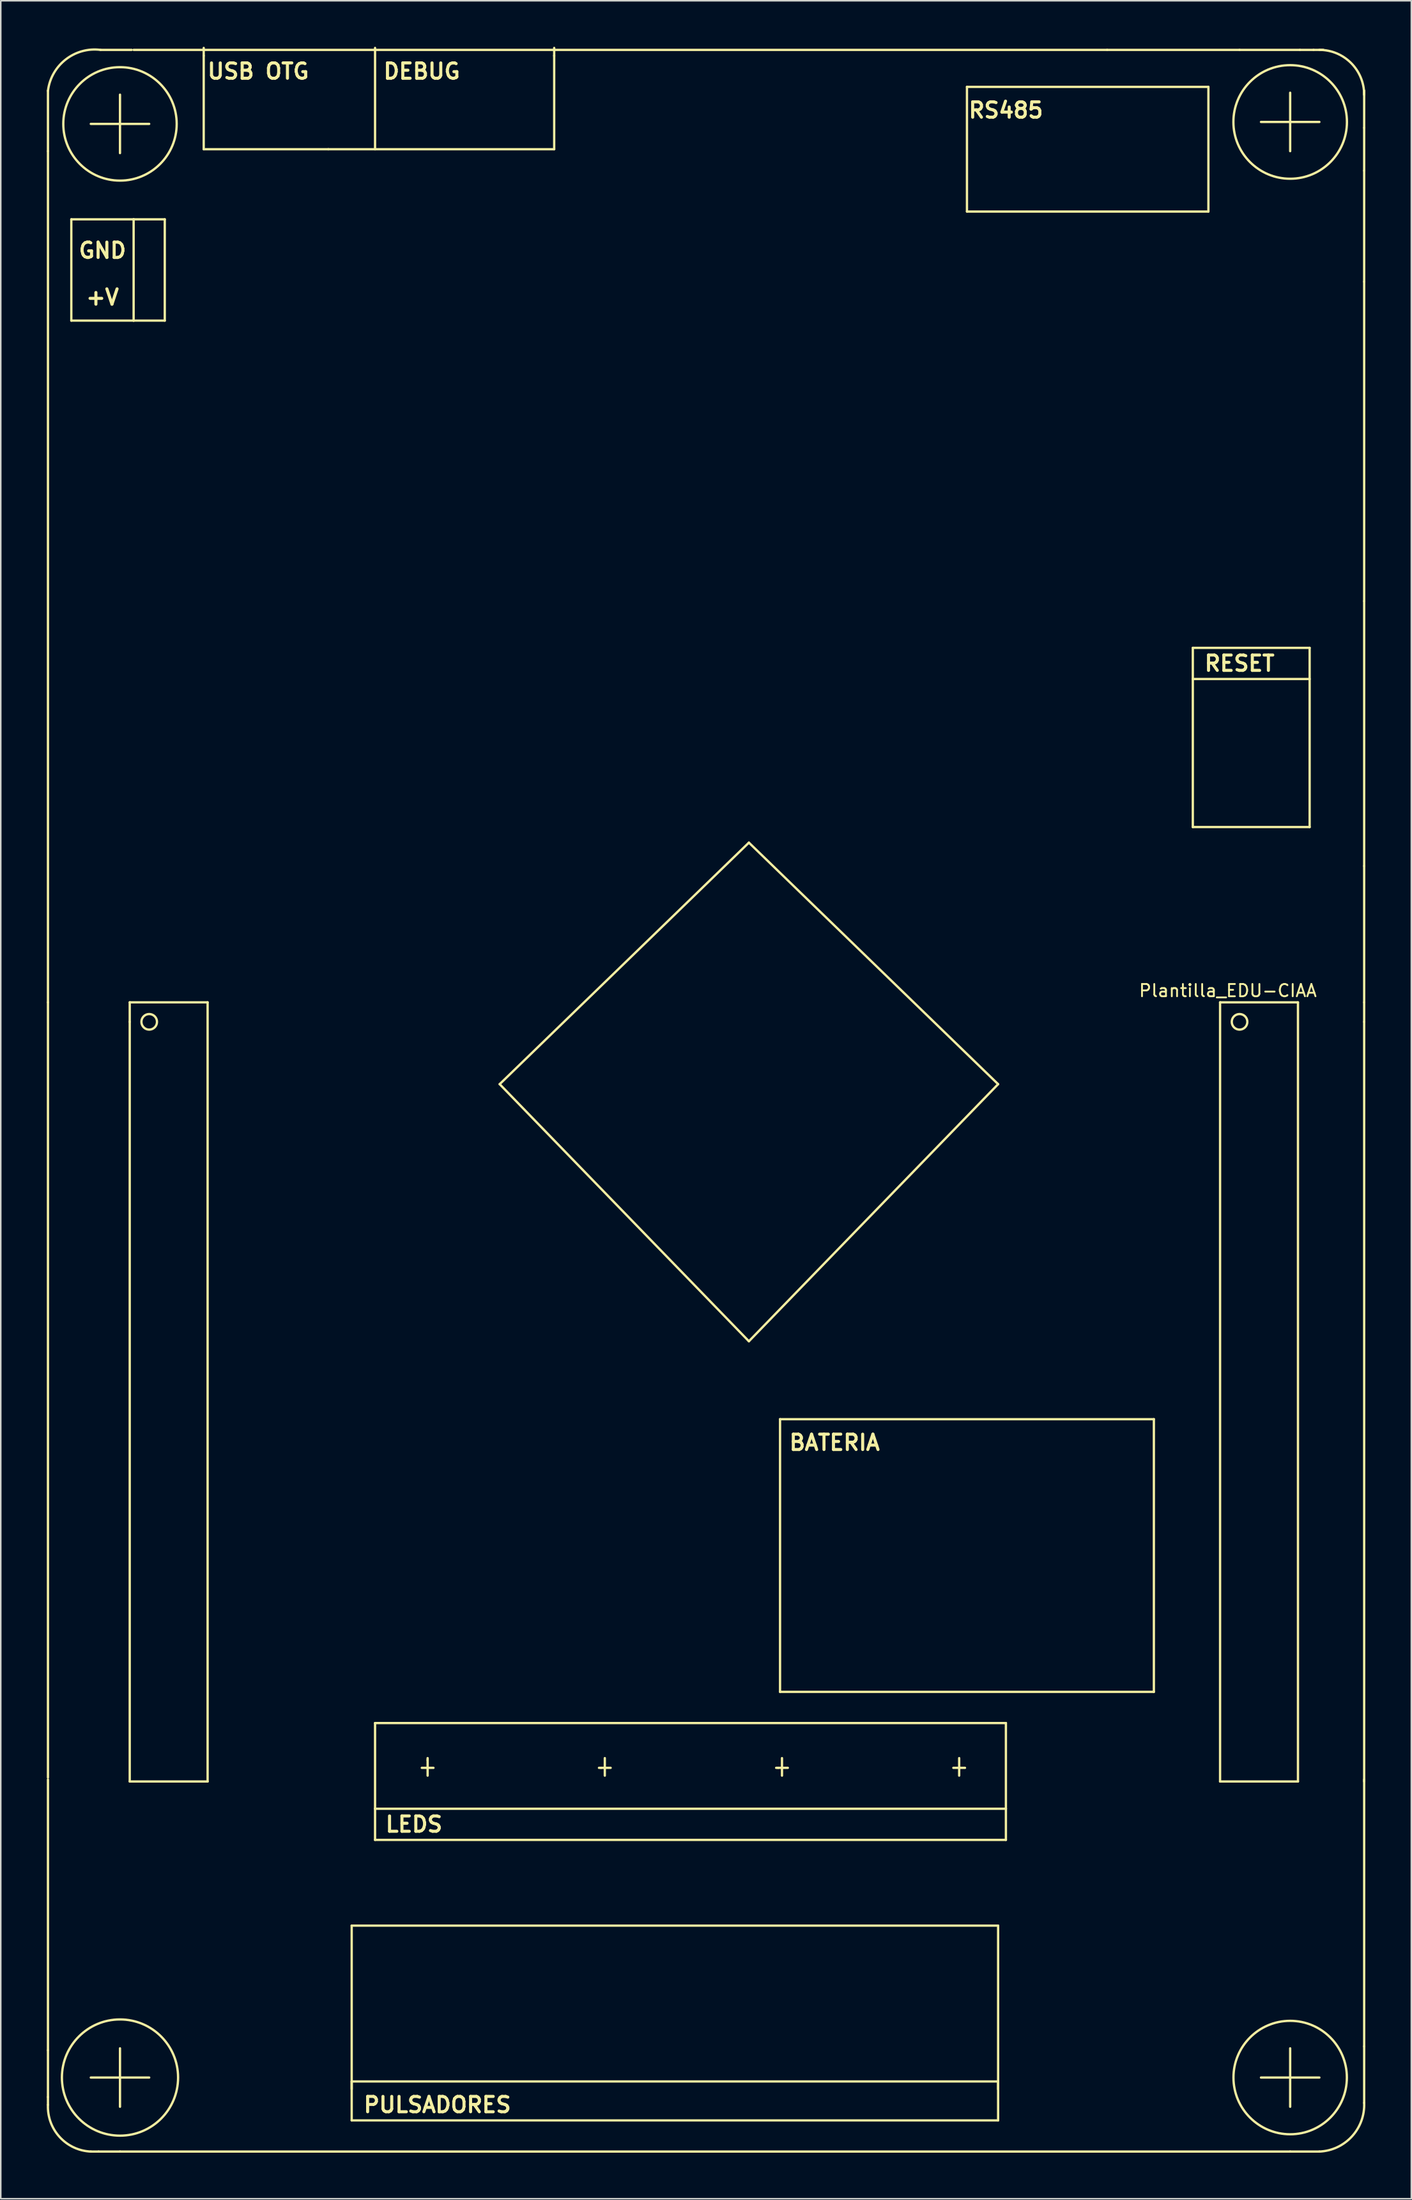
<source format=kicad_pcb>
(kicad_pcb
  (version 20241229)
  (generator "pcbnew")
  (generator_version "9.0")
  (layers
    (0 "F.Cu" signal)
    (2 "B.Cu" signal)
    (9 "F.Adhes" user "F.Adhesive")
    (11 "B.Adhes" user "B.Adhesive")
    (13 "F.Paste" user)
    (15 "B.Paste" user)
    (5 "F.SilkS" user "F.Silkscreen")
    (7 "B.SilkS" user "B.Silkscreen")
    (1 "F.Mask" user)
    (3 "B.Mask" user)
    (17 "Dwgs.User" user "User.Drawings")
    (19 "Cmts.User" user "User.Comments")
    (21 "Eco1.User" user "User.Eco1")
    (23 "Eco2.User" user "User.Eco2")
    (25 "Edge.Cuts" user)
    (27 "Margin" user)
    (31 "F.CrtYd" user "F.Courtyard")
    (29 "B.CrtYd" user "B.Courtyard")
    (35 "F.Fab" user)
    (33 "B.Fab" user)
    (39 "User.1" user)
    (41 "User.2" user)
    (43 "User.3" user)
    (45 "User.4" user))
  (footprint "Plantilla_EDU-CIAA"
    (layer "F.Cu")
    (at 77.802 63.575)
    (property "Reference" "Plantilla_EDU-CIAA" (at -0.762 -2.032 0) (layer "F.SilkS") (effects (font (size 0.8 0.8) (thickness 0.12))))
    (attr through_hole)
    (fp_line (start -77.724 -60.706) (end -77.724 -56.769) (stroke (width 0.15) (type solid)) (layer "F.SilkS"))
    (fp_line (start -77.724 -1.27) (end -77.724 -56.769) (stroke (width 0.15) (type solid)) (layer "F.SilkS"))
    (fp_line (start -77.724 49.276) (end -77.724 -1.27) (stroke (width 0.15) (type solid)) (layer "F.SilkS"))
    (fp_line (start -77.724 49.403) (end -77.724 67.056) (stroke (width 0.15) (type solid)) (layer "F.SilkS"))
    (fp_line (start -77.724 67.056) (end -77.724 70.104) (stroke (width 0.15) (type solid)) (layer "F.SilkS"))
    (fp_line (start -77.724 70.612) (end -77.724 70.104) (stroke (width 0.15) (type solid)) (layer "F.SilkS"))
    (fp_line (start -76.2 -52.324) (end -76.2 -45.72) (stroke (width 0.15) (type solid)) (layer "F.SilkS"))
    (fp_line (start -76.2 -45.72) (end -72.136 -45.72) (stroke (width 0.15) (type solid)) (layer "F.SilkS"))
    (fp_line (start -74.422 73.66) (end -74.93 73.66) (stroke (width 0.15) (type solid)) (layer "F.SilkS"))
    (fp_line (start -73.025 -58.547) (end -74.93 -58.547) (stroke (width 0.15) (type solid)) (layer "F.SilkS"))
    (fp_line (start -73.025 -58.547) (end -73.025 -60.452) (stroke (width 0.15) (type solid)) (layer "F.SilkS"))
    (fp_line (start -73.025 -58.547) (end -73.025 -56.642) (stroke (width 0.15) (type solid)) (layer "F.SilkS"))
    (fp_line (start -73.025 -58.547) (end -71.12 -58.547) (stroke (width 0.15) (type solid)) (layer "F.SilkS"))
    (fp_line (start -73.025 68.834) (end -74.93 68.834) (stroke (width 0.15) (type solid)) (layer "F.SilkS"))
    (fp_line (start -73.025 68.834) (end -73.025 66.929) (stroke (width 0.15) (type solid)) (layer "F.SilkS"))
    (fp_line (start -73.025 68.834) (end -73.025 70.739) (stroke (width 0.15) (type solid)) (layer "F.SilkS"))
    (fp_line (start -73.025 68.834) (end -71.12 68.834) (stroke (width 0.15) (type solid)) (layer "F.SilkS"))
    (fp_line (start -73.025 73.66) (end -74.422 73.66) (stroke (width 0.15) (type solid)) (layer "F.SilkS"))
    (fp_line (start -72.39 -1.27) (end -67.31 -1.27) (stroke (width 0.15) (type solid)) (layer "F.SilkS"))
    (fp_line (start -72.39 0) (end -72.39 -1.27) (stroke (width 0.15) (type solid)) (layer "F.SilkS"))
    (fp_line (start -72.39 49.53) (end -72.39 0) (stroke (width 0.15) (type solid)) (layer "F.SilkS"))
    (fp_line (start -72.263 -63.373) (end -74.295 -63.373) (stroke (width 0.15) (type solid)) (layer "F.SilkS"))
    (fp_line (start -72.136 -52.324) (end -76.2 -52.324) (stroke (width 0.15) (type solid)) (layer "F.SilkS"))
    (fp_line (start -72.136 -45.72) (end -72.136 -52.324) (stroke (width 0.15) (type solid)) (layer "F.SilkS"))
    (fp_line (start -72.136 -45.72) (end -70.104 -45.72) (stroke (width 0.15) (type solid)) (layer "F.SilkS"))
    (fp_line (start -70.104 -52.324) (end -72.136 -52.324) (stroke (width 0.15) (type solid)) (layer "F.SilkS"))
    (fp_line (start -70.104 -45.72) (end -70.104 -52.324) (stroke (width 0.15) (type solid)) (layer "F.SilkS"))
    (fp_line (start -67.564 -62.992) (end -67.564 -63.5) (stroke (width 0.15) (type solid)) (layer "F.SilkS"))
    (fp_line (start -67.564 -56.896) (end -67.564 -62.992) (stroke (width 0.15) (type solid)) (layer "F.SilkS"))
    (fp_line (start -67.564 -56.896) (end -59.436 -56.896) (stroke (width 0.15) (type solid)) (layer "F.SilkS"))
    (fp_line (start -67.31 -1.27) (end -67.31 49.53) (stroke (width 0.15) (type solid)) (layer "F.SilkS"))
    (fp_line (start -67.31 49.53) (end -72.39 49.53) (stroke (width 0.15) (type solid)) (layer "F.SilkS"))
    (fp_line (start -57.912 58.928) (end -57.912 69.596) (stroke (width 0.15) (type solid)) (layer "F.SilkS"))
    (fp_line (start -57.912 69.088) (end -15.748 69.088) (stroke (width 0.15) (type solid)) (layer "F.SilkS"))
    (fp_line (start -57.912 71.628) (end -57.912 69.088) (stroke (width 0.15) (type solid)) (layer "F.SilkS"))
    (fp_line (start -57.912 71.628) (end -15.748 71.628) (stroke (width 0.15) (type solid)) (layer "F.SilkS"))
    (fp_line (start -56.388 -56.896) (end -56.388 -63.5) (stroke (width 0.15) (type solid)) (layer "F.SilkS"))
    (fp_line (start -56.388 45.72) (end -56.388 51.308) (stroke (width 0.15) (type solid)) (layer "F.SilkS"))
    (fp_line (start -56.388 51.308) (end -15.24 51.308) (stroke (width 0.15) (type solid)) (layer "F.SilkS"))
    (fp_line (start -56.388 53.34) (end -56.388 51.308) (stroke (width 0.15) (type solid)) (layer "F.SilkS"))
    (fp_line (start -56.388 53.34) (end -15.24 53.34) (stroke (width 0.15) (type solid)) (layer "F.SilkS"))
    (fp_line (start -52.959 48.133) (end -52.959 48.006) (stroke (width 0.15) (type solid)) (layer "F.SilkS"))
    (fp_line (start -52.959 48.641) (end -53.34 48.641) (stroke (width 0.15) (type solid)) (layer "F.SilkS"))
    (fp_line (start -52.959 48.641) (end -52.959 48.133) (stroke (width 0.15) (type solid)) (layer "F.SilkS"))
    (fp_line (start -52.959 48.641) (end -52.959 49.149) (stroke (width 0.15) (type solid)) (layer "F.SilkS"))
    (fp_line (start -52.959 48.641) (end -52.578 48.641) (stroke (width 0.15) (type solid)) (layer "F.SilkS"))
    (fp_line (start -48.26 4.064) (end -32.004 -11.684) (stroke (width 0.15) (type solid)) (layer "F.SilkS"))
    (fp_line (start -44.704 -62.992) (end -44.704 -63.5) (stroke (width 0.15) (type solid)) (layer "F.SilkS"))
    (fp_line (start -44.704 -62.992) (end -44.704 -56.896) (stroke (width 0.15) (type solid)) (layer "F.SilkS"))
    (fp_line (start -44.704 -56.896) (end -59.436 -56.896) (stroke (width 0.15) (type solid)) (layer "F.SilkS"))
    (fp_line (start -41.656 48.641) (end -41.783 48.641) (stroke (width 0.15) (type solid)) (layer "F.SilkS"))
    (fp_line (start -41.402 48.641) (end -41.656 48.641) (stroke (width 0.15) (type solid)) (layer "F.SilkS"))
    (fp_line (start -41.402 48.641) (end -41.402 48.006) (stroke (width 0.15) (type solid)) (layer "F.SilkS"))
    (fp_line (start -41.402 48.641) (end -41.402 49.149) (stroke (width 0.15) (type solid)) (layer "F.SilkS"))
    (fp_line (start -41.402 48.641) (end -41.021 48.641) (stroke (width 0.15) (type solid)) (layer "F.SilkS"))
    (fp_line (start -32.004 -11.684) (end -15.748 4.064) (stroke (width 0.15) (type solid)) (layer "F.SilkS"))
    (fp_line (start -32.004 20.828) (end -48.26 4.064) (stroke (width 0.15) (type solid)) (layer "F.SilkS"))
    (fp_line (start -30.099 48.641) (end -30.226 48.641) (stroke (width 0.15) (type solid)) (layer "F.SilkS"))
    (fp_line (start -29.972 25.908) (end -29.972 43.688) (stroke (width 0.15) (type solid)) (layer "F.SilkS"))
    (fp_line (start -29.972 43.688) (end -5.588 43.688) (stroke (width 0.15) (type solid)) (layer "F.SilkS"))
    (fp_line (start -29.845 48.641) (end -30.099 48.641) (stroke (width 0.15) (type solid)) (layer "F.SilkS"))
    (fp_line (start -29.845 48.641) (end -29.845 48.006) (stroke (width 0.15) (type solid)) (layer "F.SilkS"))
    (fp_line (start -29.845 48.641) (end -29.845 49.149) (stroke (width 0.15) (type solid)) (layer "F.SilkS"))
    (fp_line (start -29.845 48.641) (end -29.464 48.641) (stroke (width 0.15) (type solid)) (layer "F.SilkS"))
    (fp_line (start -18.288 48.641) (end -18.669 48.641) (stroke (width 0.15) (type solid)) (layer "F.SilkS"))
    (fp_line (start -18.288 48.641) (end -18.288 48.006) (stroke (width 0.15) (type solid)) (layer "F.SilkS"))
    (fp_line (start -18.288 48.641) (end -18.288 49.149) (stroke (width 0.15) (type solid)) (layer "F.SilkS"))
    (fp_line (start -18.288 48.641) (end -17.907 48.641) (stroke (width 0.15) (type solid)) (layer "F.SilkS"))
    (fp_line (start -17.78 -60.96) (end -17.78 -52.832) (stroke (width 0.15) (type solid)) (layer "F.SilkS"))
    (fp_line (start -17.78 -52.832) (end -2.032 -52.832) (stroke (width 0.15) (type solid)) (layer "F.SilkS"))
    (fp_line (start -15.748 4.064) (end -32.004 20.828) (stroke (width 0.15) (type solid)) (layer "F.SilkS"))
    (fp_line (start -15.748 58.928) (end -57.912 58.928) (stroke (width 0.15) (type solid)) (layer "F.SilkS"))
    (fp_line (start -15.748 69.596) (end -15.748 58.928) (stroke (width 0.15) (type solid)) (layer "F.SilkS"))
    (fp_line (start -15.748 71.628) (end -15.748 69.088) (stroke (width 0.15) (type solid)) (layer "F.SilkS"))
    (fp_line (start -15.24 45.72) (end -56.388 45.72) (stroke (width 0.15) (type solid)) (layer "F.SilkS"))
    (fp_line (start -15.24 51.308) (end -15.24 45.72) (stroke (width 0.15) (type solid)) (layer "F.SilkS"))
    (fp_line (start -15.24 53.34) (end -15.24 51.308) (stroke (width 0.15) (type solid)) (layer "F.SilkS"))
    (fp_line (start -8.636 -63.373) (end -72.136 -63.373) (stroke (width 0.15) (type solid)) (layer "F.SilkS"))
    (fp_line (start -5.588 25.908) (end -29.972 25.908) (stroke (width 0.15) (type solid)) (layer "F.SilkS"))
    (fp_line (start -5.588 43.688) (end -5.588 25.908) (stroke (width 0.15) (type solid)) (layer "F.SilkS"))
    (fp_line (start -3.048 -24.384) (end -3.048 -12.7) (stroke (width 0.15) (type solid)) (layer "F.SilkS"))
    (fp_line (start -3.048 -12.7) (end 4.572 -12.7) (stroke (width 0.15) (type solid)) (layer "F.SilkS"))
    (fp_line (start -2.032 -60.96) (end -17.78 -60.96) (stroke (width 0.15) (type solid)) (layer "F.SilkS"))
    (fp_line (start -2.032 -52.832) (end -2.032 -60.96) (stroke (width 0.15) (type solid)) (layer "F.SilkS"))
    (fp_line (start -1.27 49.53) (end -1.27 -1.27) (stroke (width 0.15) (type solid)) (layer "F.SilkS"))
    (fp_line (start 0 -63.373) (end -8.636 -63.373) (stroke (width 0.15) (type solid)) (layer "F.SilkS"))
    (fp_line (start 0 -63.373) (end 3.937 -63.373) (stroke (width 0.15) (type solid)) (layer "F.SilkS"))
    (fp_line (start 3.302 -58.674) (end 1.397 -58.674) (stroke (width 0.15) (type solid)) (layer "F.SilkS"))
    (fp_line (start 3.302 -58.674) (end 3.302 -60.579) (stroke (width 0.15) (type solid)) (layer "F.SilkS"))
    (fp_line (start 3.302 -58.674) (end 3.302 -56.769) (stroke (width 0.15) (type solid)) (layer "F.SilkS"))
    (fp_line (start 3.302 -58.674) (end 5.207 -58.674) (stroke (width 0.15) (type solid)) (layer "F.SilkS"))
    (fp_line (start 3.302 68.834) (end 1.397 68.834) (stroke (width 0.15) (type solid)) (layer "F.SilkS"))
    (fp_line (start 3.302 68.834) (end 3.302 66.929) (stroke (width 0.15) (type solid)) (layer "F.SilkS"))
    (fp_line (start 3.302 68.834) (end 3.302 70.739) (stroke (width 0.15) (type solid)) (layer "F.SilkS"))
    (fp_line (start 3.302 68.834) (end 5.207 68.834) (stroke (width 0.15) (type solid)) (layer "F.SilkS"))
    (fp_line (start 3.302 73.66) (end -73.025 73.66) (stroke (width 0.15) (type solid)) (layer "F.SilkS"))
    (fp_line (start 3.302 73.66) (end 5.207 73.66) (stroke (width 0.15) (type solid)) (layer "F.SilkS"))
    (fp_line (start 3.81 -1.27) (end -1.27 -1.27) (stroke (width 0.15) (type solid)) (layer "F.SilkS"))
    (fp_line (start 3.81 49.53) (end -1.27 49.53) (stroke (width 0.15) (type solid)) (layer "F.SilkS"))
    (fp_line (start 3.81 49.53) (end 3.81 -1.27) (stroke (width 0.15) (type solid)) (layer "F.SilkS"))
    (fp_line (start 3.937 -63.373) (end 4.826 -63.373) (stroke (width 0.15) (type solid)) (layer "F.SilkS"))
    (fp_line (start 4.572 -24.384) (end -3.048 -24.384) (stroke (width 0.15) (type solid)) (layer "F.SilkS"))
    (fp_line (start 4.572 -22.352) (end -3.048 -22.352) (stroke (width 0.15) (type solid)) (layer "F.SilkS"))
    (fp_line (start 4.572 -12.7) (end 4.572 -24.384) (stroke (width 0.15) (type solid)) (layer "F.SilkS"))
    (fp_line (start 5.461 -63.373) (end 4.826 -63.373) (stroke (width 0.15) (type solid)) (layer "F.SilkS"))
    (fp_line (start 8.128 -60.706) (end 8.128 -60.452) (stroke (width 0.15) (type solid)) (layer "F.SilkS"))
    (fp_line (start 8.128 -60.579) (end 8.128 -60.706) (stroke (width 0.15) (type solid)) (layer "F.SilkS"))
    (fp_line (start 8.128 -58.293) (end 8.128 -60.579) (stroke (width 0.15) (type solid)) (layer "F.SilkS"))
    (fp_line (start 8.128 -55.499) (end 8.128 -58.293) (stroke (width 0.15) (type solid)) (layer "F.SilkS"))
    (fp_line (start 8.128 -48.26) (end 8.128 -55.499) (stroke (width 0.15) (type solid)) (layer "F.SilkS"))
    (fp_line (start 8.128 -27.432) (end 8.128 -48.26) (stroke (width 0.15) (type solid)) (layer "F.SilkS"))
    (fp_line (start 8.128 -10.16) (end 8.128 -27.432) (stroke (width 0.15) (type solid)) (layer "F.SilkS"))
    (fp_line (start 8.128 -1.27) (end 8.128 -10.16) (stroke (width 0.15) (type solid)) (layer "F.SilkS"))
    (fp_line (start 8.128 0) (end 8.128 -1.27) (stroke (width 0.15) (type solid)) (layer "F.SilkS"))
    (fp_line (start 8.128 0) (end 8.128 49.53) (stroke (width 0.15) (type solid)) (layer "F.SilkS"))
    (fp_line (start 8.128 49.403) (end 8.128 66.802) (stroke (width 0.15) (type solid)) (layer "F.SilkS"))
    (fp_line (start 8.128 66.802) (end 8.128 70.485) (stroke (width 0.15) (type solid)) (layer "F.SilkS"))
    (fp_arc (start -77.724 -60.706) (mid -76.561854 -62.749669) (end -74.295 -63.373) (stroke (width 0.15) (type solid)) (layer "F.SilkS"))
    (fp_arc (start -74.93 73.66) (mid -76.958261 72.714656) (end -77.724 70.612) (stroke (width 0.15) (type solid)) (layer "F.SilkS"))
    (fp_arc (start 5.207 -63.373) (mid 7.272459 -62.517459) (end 8.128 -60.452) (stroke (width 0.15) (type solid)) (layer "F.SilkS"))
    (fp_arc (start 8.128 70.485) (mid 7.325064 72.677459) (end 5.207 73.66) (stroke (width 0.15) (type solid)) (layer "F.SilkS"))
    (fp_circle (center -73.025 -58.547) (end -69.469 -59.563) (stroke (width 0.15) (type solid)) (fill no) (layer "F.SilkS"))
    (fp_circle (center -73.025 68.834) (end -72.136 65.151) (stroke (width 0.15) (type solid)) (fill no) (layer "F.SilkS"))
    (fp_circle (center -71.12 0) (end -70.612 0) (stroke (width 0.15) (type solid)) (fill no) (layer "F.SilkS"))
    (fp_circle (center 0 0) (end 0.508 0) (stroke (width 0.15) (type solid)) (fill no) (layer "F.SilkS"))
    (fp_circle (center 3.302 -58.674) (end 6.731 -57.277) (stroke (width 0.15) (type solid)) (fill no) (layer "F.SilkS"))
    (fp_circle (center 3.302 68.834) (end 6.858 69.85) (stroke (width 0.15) (type solid)) (fill no) (layer "F.SilkS"))
    (fp_text user "LEDS" (at -53.848 52.324 0) (layer "F.SilkS") (effects (font (size 1 1) (thickness 0.2))))
    (fp_text user "BATERIA" (at -26.416 27.432 0) (layer "F.SilkS") (effects (font (size 1 1) (thickness 0.2))))
    (fp_text user "RS485" (at -15.24 -59.436 0) (layer "F.SilkS") (effects (font (size 1 1) (thickness 0.2))))
    (fp_text user "DEBUG" (at -53.34 -61.976 0) (layer "F.SilkS") (effects (font (size 1 1) (thickness 0.2))))
    (fp_text user "PULSADORES" (at -52.324 70.612 0) (layer "F.SilkS") (effects (font (size 1 1) (thickness 0.2))))
    (fp_text user "RESET" (at 0 -23.368 0) (layer "F.SilkS") (effects (font (size 1 1) (thickness 0.2))))
    (fp_text user "+V" (at -74.168 -47.244 0) (layer "F.SilkS") (effects (font (size 1 1) (thickness 0.2))))
    (fp_text user "GND" (at -74.168 -50.292 0) (layer "F.SilkS") (effects (font (size 1 1) (thickness 0.2))))
    (fp_text user "USB OTG" (at -64.008 -61.976 0) (layer "F.SilkS") (effects (font (size 1 1) (thickness 0.2)))))
  (gr_rect
    (start -3 -3)
    (end 89.007 140.31)
    (stroke (width 0.1) (type default))
    (fill no)
    (layer "Edge.Cuts")))
</source>
